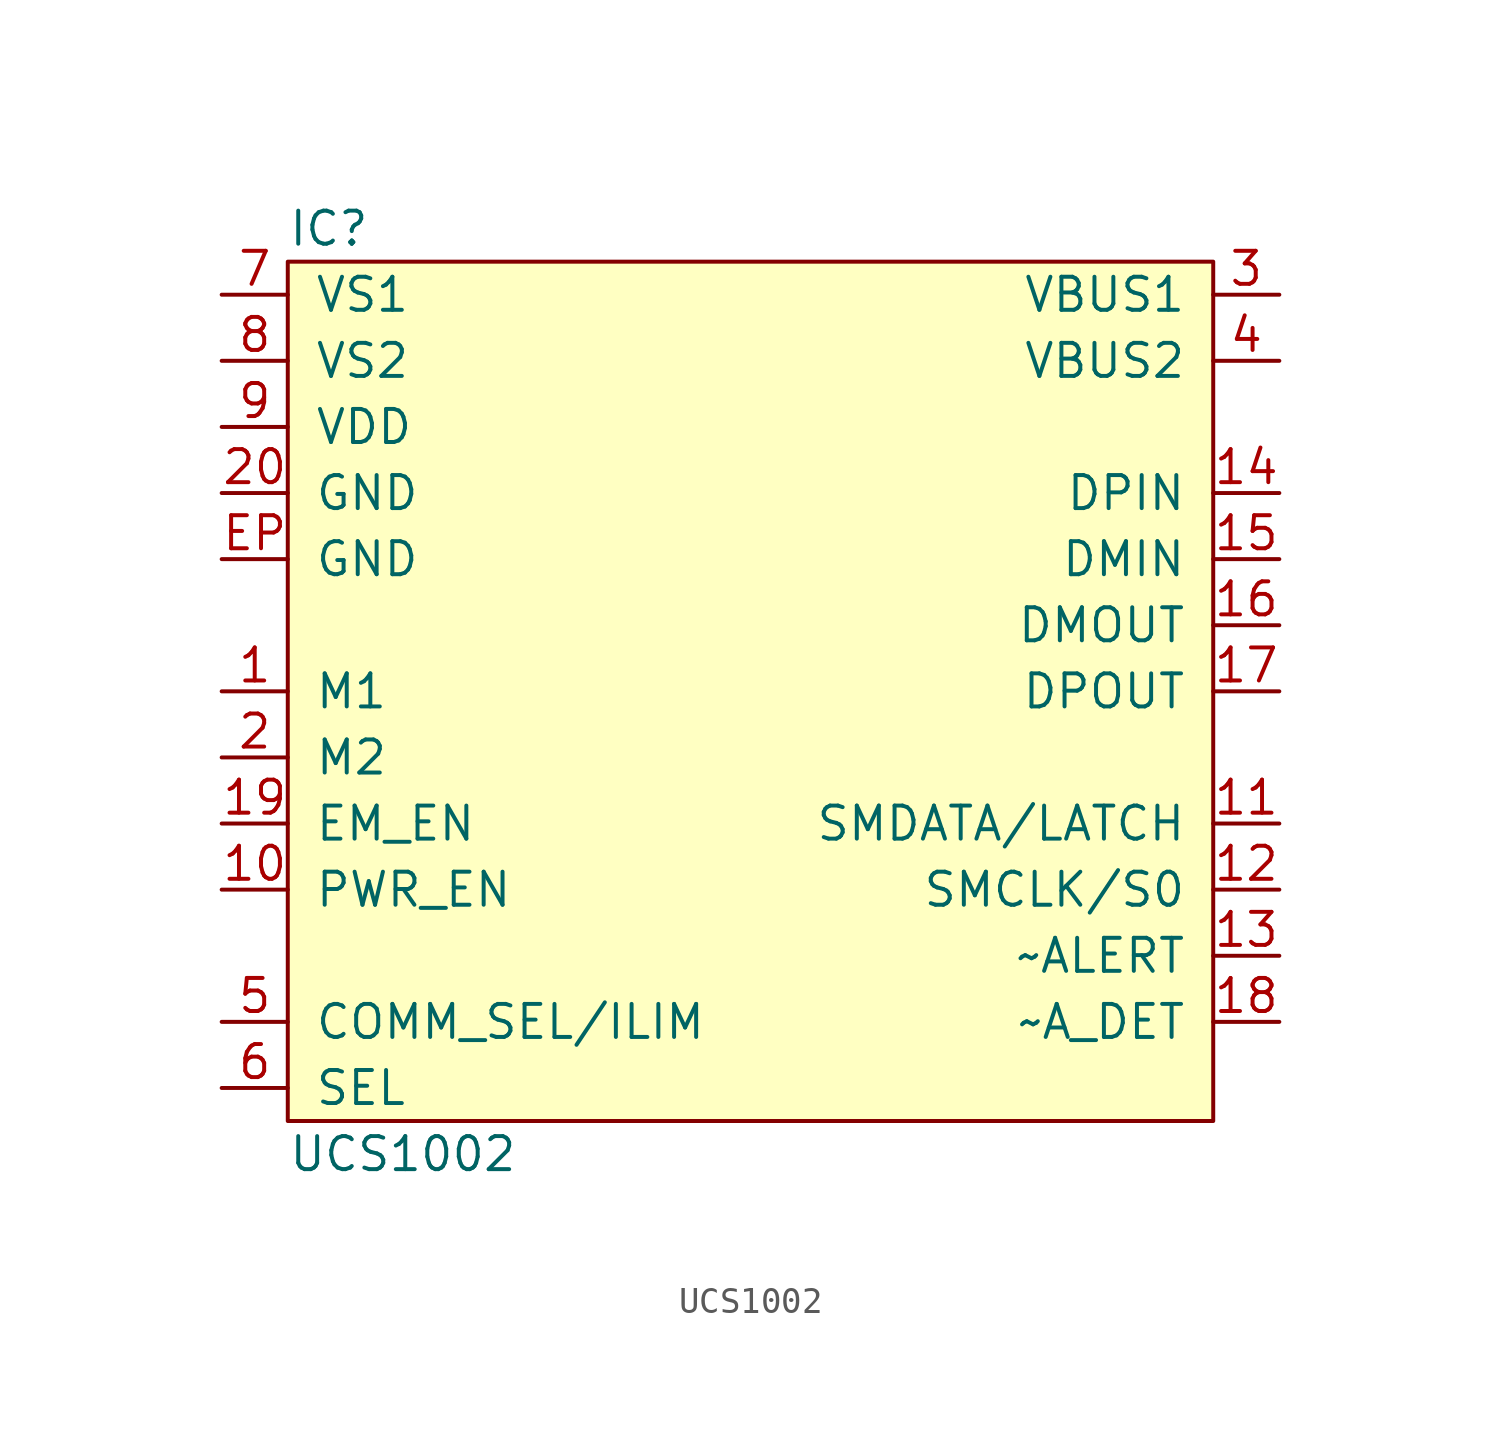
<source format=kicad_sym>
(kicad_symbol_lib
  (version 20211014)
  (generator agg_kicad.build_lib_ic)
  (symbol "UCS1002"
    (pin_names
      (offset 1.016))
    (property Reference IC
      (at -17.78 17.78 0)
      (effects (font (size 1.27 1.27)) (justify left)))
    (property Value "UCS1002"
      (at -17.78 -17.78 0)
      (effects (font (size 1.27 1.27)) (justify left)))
    (symbol "UCS1002_0_0"
      (rectangle (start -17.78 16.51) (end 17.78 -16.51) (stroke (width 0) (type default) (color 0 0 0 0)) (fill (type background)))
      (pin power_in line (at -20.32 15.24 0) (length 2.54) (name "VS1" (effects (font (size 1.27 1.27)))) (number "7" (effects (font (size 1.27 1.27)))))
      (pin power_in line (at -20.32 12.7 0) (length 2.54) (name "VS2" (effects (font (size 1.27 1.27)))) (number "8" (effects (font (size 1.27 1.27)))))
      (pin power_in line (at -20.32 10.16 0) (length 2.54) (name VDD (effects (font (size 1.27 1.27)))) (number "9" (effects (font (size 1.27 1.27)))))
      (pin power_in line (at -20.32 7.62 0) (length 2.54) (name GND (effects (font (size 1.27 1.27)))) (number "20" (effects (font (size 1.27 1.27)))))
      (pin power_in line (at -20.32 5.08 0) (length 2.54) (name GND (effects (font (size 1.27 1.27)))) (number EP (effects (font (size 1.27 1.27)))))
      (pin input line (at -20.32 0 0) (length 2.54) (name "M1" (effects (font (size 1.27 1.27)))) (number "1" (effects (font (size 1.27 1.27)))))
      (pin input line (at -20.32 -2.54 0) (length 2.54) (name "M2" (effects (font (size 1.27 1.27)))) (number "2" (effects (font (size 1.27 1.27)))))
      (pin input line (at -20.32 -5.08 0) (length 2.54) (name EM_EN (effects (font (size 1.27 1.27)))) (number "19" (effects (font (size 1.27 1.27)))))
      (pin input line (at -20.32 -7.62 0) (length 2.54) (name PWR_EN (effects (font (size 1.27 1.27)))) (number "10" (effects (font (size 1.27 1.27)))))
      (pin passive line (at -20.32 -12.7 0) (length 2.54) (name "COMM_SEL/ILIM" (effects (font (size 1.27 1.27)))) (number "5" (effects (font (size 1.27 1.27)))))
      (pin passive line (at -20.32 -15.24 0) (length 2.54) (name SEL (effects (font (size 1.27 1.27)))) (number "6" (effects (font (size 1.27 1.27)))))
      (pin power_out line (at 20.32 15.24 180) (length 2.54) (name "VBUS1" (effects (font (size 1.27 1.27)))) (number "3" (effects (font (size 1.27 1.27)))))
      (pin passive line (at 20.32 12.7 180) (length 2.54) (name "VBUS2" (effects (font (size 1.27 1.27)))) (number "4" (effects (font (size 1.27 1.27)))))
      (pin bidirectional line (at 20.32 7.62 180) (length 2.54) (name DPIN (effects (font (size 1.27 1.27)))) (number "14" (effects (font (size 1.27 1.27)))))
      (pin bidirectional line (at 20.32 5.08 180) (length 2.54) (name DMIN (effects (font (size 1.27 1.27)))) (number "15" (effects (font (size 1.27 1.27)))))
      (pin bidirectional line (at 20.32 2.54 180) (length 2.54) (name DMOUT (effects (font (size 1.27 1.27)))) (number "16" (effects (font (size 1.27 1.27)))))
      (pin bidirectional line (at 20.32 0 180) (length 2.54) (name DPOUT (effects (font (size 1.27 1.27)))) (number "17" (effects (font (size 1.27 1.27)))))
      (pin bidirectional line (at 20.32 -5.08 180) (length 2.54) (name "SMDATA/LATCH" (effects (font (size 1.27 1.27)))) (number "11" (effects (font (size 1.27 1.27)))))
      (pin bidirectional line (at 20.32 -7.62 180) (length 2.54) (name "SMCLK/S0" (effects (font (size 1.27 1.27)))) (number "12" (effects (font (size 1.27 1.27)))))
      (pin open_collector line (at 20.32 -10.16 180) (length 2.54) (name "~ALERT" (effects (font (size 1.27 1.27)))) (number "13" (effects (font (size 1.27 1.27)))))
      (pin open_collector line (at 20.32 -12.7 180) (length 2.54) (name "~A_DET" (effects (font (size 1.27 1.27)))) (number "18" (effects (font (size 1.27 1.27))))))))
</source>
